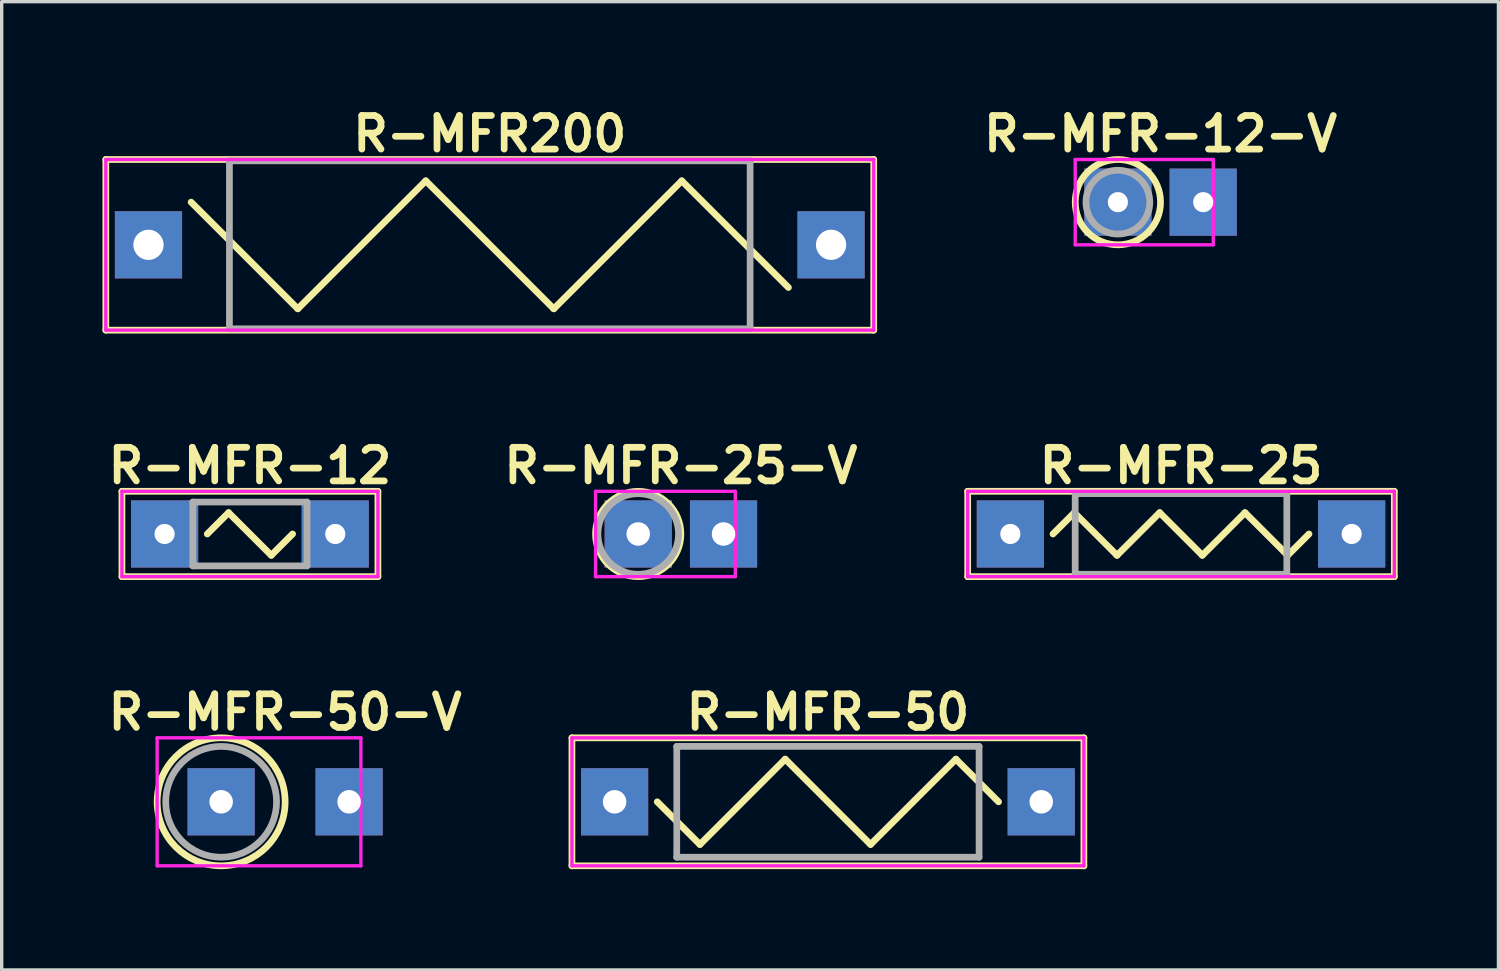
<source format=kicad_pcb>
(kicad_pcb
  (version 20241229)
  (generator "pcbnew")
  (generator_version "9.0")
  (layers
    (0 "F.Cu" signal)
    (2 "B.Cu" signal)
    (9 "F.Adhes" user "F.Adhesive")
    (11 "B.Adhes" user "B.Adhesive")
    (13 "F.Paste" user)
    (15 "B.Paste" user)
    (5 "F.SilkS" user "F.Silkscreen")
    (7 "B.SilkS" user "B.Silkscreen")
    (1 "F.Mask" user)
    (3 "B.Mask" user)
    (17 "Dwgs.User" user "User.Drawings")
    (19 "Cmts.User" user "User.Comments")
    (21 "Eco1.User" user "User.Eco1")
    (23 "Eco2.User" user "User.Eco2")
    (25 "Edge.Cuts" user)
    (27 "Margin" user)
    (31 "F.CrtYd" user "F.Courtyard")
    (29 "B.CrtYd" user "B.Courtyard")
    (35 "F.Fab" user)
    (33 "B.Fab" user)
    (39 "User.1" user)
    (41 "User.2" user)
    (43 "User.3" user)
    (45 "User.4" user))
  (footprint "R-MFR-12-V"
    (layer "F.Cu")
    (at 31.498 2.968)
    (property "Reference" "R-MFR-12-V" (at 0 -2.032 0) (layer "F.SilkS") (effects (font (size 1 1) (thickness 0.2))))
    (attr through_hole)
    (fp_circle (center -1.27 0) (end 0 0) (stroke (width 0.2) (type solid)) (fill no) (layer "F.SilkS"))
    (fp_line (start -2.54 -1.27) (end -2.54 1.27) (stroke (width 0.1) (type solid)) (layer "F.CrtYd"))
    (fp_line (start -2.54 -1.27) (end 1.57 -1.27) (stroke (width 0.1) (type solid)) (layer "F.CrtYd"))
    (fp_line (start -2.54 1.27) (end 1.57 1.27) (stroke (width 0.1) (type solid)) (layer "F.CrtYd"))
    (fp_line (start 1.57 -1.27) (end 1.57 1.27) (stroke (width 0.1) (type solid)) (layer "F.CrtYd"))
    (fp_circle (center -1.27 0) (end -0.32 0) (stroke (width 0.2) (type solid)) (fill no) (layer "F.Fab"))
    (pad "1" thru_hole rect (at -1.27 0) (size 2 2) (drill 0.6) (layers "B.Cu" "B.Mask"))
    (pad "2" thru_hole rect (at 1.27 0) (size 2 2) (drill 0.6) (layers "B.Cu" "B.Mask")))
  (footprint "R-MFR-25-V"
    (layer "F.Cu")
    (at 17.219 12.846)
    (property "Reference" "R-MFR-25-V" (at 0 -2.032 0) (layer "F.SilkS") (effects (font (size 1 1) (thickness 0.2))))
    (attr through_hole)
    (fp_circle (center -1.27 0) (end 0 0) (stroke (width 0.2) (type solid)) (fill no) (layer "F.SilkS"))
    (fp_line (start -2.54 -1.27) (end -2.54 1.27) (stroke (width 0.1) (type solid)) (layer "F.CrtYd"))
    (fp_line (start -2.54 -1.27) (end 1.62 -1.27) (stroke (width 0.1) (type solid)) (layer "F.CrtYd"))
    (fp_line (start -2.54 1.27) (end 1.62 1.27) (stroke (width 0.1) (type solid)) (layer "F.CrtYd"))
    (fp_line (start 1.62 -1.27) (end 1.62 1.27) (stroke (width 0.1) (type solid)) (layer "F.CrtYd"))
    (fp_circle (center -1.27 0) (end -0.07 0) (stroke (width 0.2) (type solid)) (fill no) (layer "F.Fab"))
    (pad "1" thru_hole rect (at -1.27 0) (size 2 2) (drill 0.7) (layers "B.Cu" "B.Mask"))
    (pad "2" thru_hole rect (at 1.27 0) (size 2 2) (drill 0.7) (layers "B.Cu" "B.Mask")))
  (footprint "R-MFR-50-V"
    (layer "F.Cu")
    (at 5.438 20.819)
    (property "Reference" "R-MFR-50-V" (at 0 -2.667 0) (layer "F.SilkS") (effects (font (size 1 1) (thickness 0.2))))
    (attr through_hole)
    (fp_circle (center -1.905 0) (end 0 0) (stroke (width 0.2) (type solid)) (fill no) (layer "F.SilkS"))
    (fp_line (start -3.81 -1.905) (end -3.81 1.905) (stroke (width 0.1) (type solid)) (layer "F.CrtYd"))
    (fp_line (start -3.81 -1.905) (end 2.255 -1.905) (stroke (width 0.1) (type solid)) (layer "F.CrtYd"))
    (fp_line (start -3.81 1.905) (end 2.255 1.905) (stroke (width 0.1) (type solid)) (layer "F.CrtYd"))
    (fp_line (start 2.255 -1.905) (end 2.255 1.905) (stroke (width 0.1) (type solid)) (layer "F.CrtYd"))
    (fp_circle (center -1.905 0) (end -0.255 0) (stroke (width 0.2) (type solid)) (fill no) (layer "F.Fab"))
    (pad "1" thru_hole rect (at -1.905 0) (size 2 2) (drill 0.7) (layers "B.Cu" "B.Mask"))
    (pad "2" thru_hole rect (at 1.905 0) (size 2 2) (drill 0.7) (layers "B.Cu" "B.Mask")))
  (footprint "R-MFR-12"
    (layer "F.Cu")
    (at 4.39 12.846)
    (property "Reference" "R-MFR-12" (at 0 -2.032 0) (layer "F.SilkS") (effects (font (size 1 1) (thickness 0.2))))
    (attr through_hole)
    (fp_line (start -3.81 -1.27) (end -3.81 1.27) (stroke (width 0.2) (type solid)) (layer "F.SilkS"))
    (fp_line (start -3.81 -1.27) (end 3.81 -1.27) (stroke (width 0.2) (type solid)) (layer "F.SilkS"))
    (fp_line (start -3.81 1.27) (end 3.81 1.27) (stroke (width 0.2) (type solid)) (layer "F.SilkS"))
    (fp_line (start -1.27 0) (end -0.635 -0.635) (stroke (width 0.2) (type solid)) (layer "F.SilkS"))
    (fp_line (start -0.635 -0.635) (end 0.635 0.635) (stroke (width 0.2) (type solid)) (layer "F.SilkS"))
    (fp_line (start 0.635 0.635) (end 1.27 0) (stroke (width 0.2) (type solid)) (layer "F.SilkS"))
    (fp_line (start 3.81 -1.27) (end 3.81 1.27) (stroke (width 0.2) (type solid)) (layer "F.SilkS"))
    (fp_line (start -3.81 -1.27) (end 3.81 -1.27) (stroke (width 0.1) (type solid)) (layer "F.CrtYd"))
    (fp_line (start -3.81 1.27) (end -3.81 -1.27) (stroke (width 0.1) (type solid)) (layer "F.CrtYd"))
    (fp_line (start 3.81 -1.27) (end 3.81 1.27) (stroke (width 0.1) (type solid)) (layer "F.CrtYd"))
    (fp_line (start 3.81 1.27) (end -3.81 1.27) (stroke (width 0.1) (type solid)) (layer "F.CrtYd"))
    (fp_line (start -1.7 -0.95) (end -1.7 0.95) (stroke (width 0.2) (type solid)) (layer "F.Fab"))
    (fp_line (start -1.7 -0.95) (end 1.7 -0.95) (stroke (width 0.2) (type solid)) (layer "F.Fab"))
    (fp_line (start -1.7 0.95) (end 1.7 0.95) (stroke (width 0.2) (type solid)) (layer "F.Fab"))
    (fp_line (start 1.7 -0.95) (end 1.7 0.95) (stroke (width 0.2) (type solid)) (layer "F.Fab"))
    (pad "1" thru_hole rect (at -2.54 0) (size 2 2) (drill 0.6) (layers "*.Cu" "*.Mask"))
    (pad "2" thru_hole rect (at 2.54 0) (size 2 2) (drill 0.6) (layers "*.Cu" "*.Mask")))
  (footprint "R-MFR200"
    (layer "F.Cu")
    (at 11.53 4.238)
    (property "Reference" "R-MFR200" (at 0 -3.302 0) (layer "F.SilkS") (effects (font (size 1 1) (thickness 0.2))))
    (attr through_hole)
    (fp_line (start -11.43 -2.54) (end -11.43 2.54) (stroke (width 0.2) (type solid)) (layer "F.SilkS"))
    (fp_line (start -11.43 -2.54) (end 11.43 -2.54) (stroke (width 0.2) (type solid)) (layer "F.SilkS"))
    (fp_line (start -11.43 2.54) (end 11.43 2.54) (stroke (width 0.2) (type solid)) (layer "F.SilkS"))
    (fp_line (start -8.89 -1.27) (end -5.715 1.905) (stroke (width 0.2) (type solid)) (layer "F.SilkS"))
    (fp_line (start -5.715 1.905) (end -1.905 -1.905) (stroke (width 0.2) (type solid)) (layer "F.SilkS"))
    (fp_line (start -1.905 -1.905) (end 1.905 1.905) (stroke (width 0.2) (type solid)) (layer "F.SilkS"))
    (fp_line (start 1.905 1.905) (end 5.715 -1.905) (stroke (width 0.2) (type solid)) (layer "F.SilkS"))
    (fp_line (start 5.715 -1.905) (end 8.89 1.27) (stroke (width 0.2) (type solid)) (layer "F.SilkS"))
    (fp_line (start 11.43 -2.54) (end 11.43 2.54) (stroke (width 0.2) (type solid)) (layer "F.SilkS"))
    (fp_line (start -11.43 -2.54) (end 11.43 -2.54) (stroke (width 0.1) (type solid)) (layer "F.CrtYd"))
    (fp_line (start -11.43 2.54) (end -11.43 -2.54) (stroke (width 0.1) (type solid)) (layer "F.CrtYd"))
    (fp_line (start 11.43 -2.54) (end 11.43 2.54) (stroke (width 0.1) (type solid)) (layer "F.CrtYd"))
    (fp_line (start 11.43 2.54) (end -11.43 2.54) (stroke (width 0.1) (type solid)) (layer "F.CrtYd"))
    (fp_line (start -7.75 -2.5) (end -7.75 2.5) (stroke (width 0.2) (type solid)) (layer "F.Fab"))
    (fp_line (start -7.75 -2.5) (end 7.75 -2.5) (stroke (width 0.2) (type solid)) (layer "F.Fab"))
    (fp_line (start -7.75 2.5) (end 7.75 2.5) (stroke (width 0.2) (type solid)) (layer "F.Fab"))
    (fp_line (start 7.75 -2.5) (end 7.75 2.5) (stroke (width 0.2) (type solid)) (layer "F.Fab"))
    (pad "1" thru_hole rect (at -10.16 0) (size 2 2) (drill 0.9) (layers "*.Cu" "*.Mask"))
    (pad "2" thru_hole rect (at 10.16 0) (size 2 2) (drill 0.9) (layers "*.Cu" "*.Mask")))
  (footprint "R-MFR-25"
    (layer "F.Cu")
    (at 32.107 12.846)
    (property "Reference" "R-MFR-25" (at 0 -2.032 0) (layer "F.SilkS") (effects (font (size 1 1) (thickness 0.2))))
    (attr through_hole)
    (fp_line (start -6.35 -1.27) (end -6.35 1.27) (stroke (width 0.2) (type solid)) (layer "F.SilkS"))
    (fp_line (start -6.35 -1.27) (end 6.35 -1.27) (stroke (width 0.2) (type solid)) (layer "F.SilkS"))
    (fp_line (start -6.35 1.27) (end 6.35 1.27) (stroke (width 0.2) (type solid)) (layer "F.SilkS"))
    (fp_line (start -3.81 0) (end -3.175 -0.635) (stroke (width 0.2) (type solid)) (layer "F.SilkS"))
    (fp_line (start -3.175 -0.635) (end -1.905 0.635) (stroke (width 0.2) (type solid)) (layer "F.SilkS"))
    (fp_line (start -1.905 0.635) (end -0.635 -0.635) (stroke (width 0.2) (type solid)) (layer "F.SilkS"))
    (fp_line (start -0.635 -0.635) (end 0.635 0.635) (stroke (width 0.2) (type solid)) (layer "F.SilkS"))
    (fp_line (start 0.635 0.635) (end 1.905 -0.635) (stroke (width 0.2) (type solid)) (layer "F.SilkS"))
    (fp_line (start 1.905 -0.635) (end 3.175 0.635) (stroke (width 0.2) (type solid)) (layer "F.SilkS"))
    (fp_line (start 3.175 0.635) (end 3.81 0) (stroke (width 0.2) (type solid)) (layer "F.SilkS"))
    (fp_line (start 6.35 -1.27) (end 6.35 1.27) (stroke (width 0.2) (type solid)) (layer "F.SilkS"))
    (fp_line (start -6.35 -1.27) (end 6.35 -1.27) (stroke (width 0.1) (type solid)) (layer "F.CrtYd"))
    (fp_line (start -6.35 1.27) (end -6.35 -1.27) (stroke (width 0.1) (type solid)) (layer "F.CrtYd"))
    (fp_line (start 6.35 -1.27) (end 6.35 1.27) (stroke (width 0.1) (type solid)) (layer "F.CrtYd"))
    (fp_line (start 6.35 1.27) (end -6.35 1.27) (stroke (width 0.1) (type solid)) (layer "F.CrtYd"))
    (fp_line (start -3.15 -1.2) (end -3.15 1.2) (stroke (width 0.2) (type solid)) (layer "F.Fab"))
    (fp_line (start -3.15 -1.2) (end 3.15 -1.2) (stroke (width 0.2) (type solid)) (layer "F.Fab"))
    (fp_line (start -3.15 1.2) (end 3.15 1.2) (stroke (width 0.2) (type solid)) (layer "F.Fab"))
    (fp_line (start 3.15 -1.2) (end 3.15 1.2) (stroke (width 0.2) (type solid)) (layer "F.Fab"))
    (pad "1" thru_hole rect (at -5.08 0) (size 2 2) (drill 0.6) (layers "*.Cu" "*.Mask"))
    (pad "2" thru_hole rect (at 5.08 0) (size 2 2) (drill 0.6) (layers "*.Cu" "*.Mask")))
  (footprint "R-MFR-50"
    (layer "F.Cu")
    (at 21.596 20.819)
    (property "Reference" "R-MFR-50" (at 0 -2.667 0) (layer "F.SilkS") (effects (font (size 1 1) (thickness 0.2))))
    (attr through_hole)
    (fp_line (start -7.62 -1.905) (end -7.62 1.905) (stroke (width 0.2) (type solid)) (layer "F.SilkS"))
    (fp_line (start -7.62 -1.905) (end 7.62 -1.905) (stroke (width 0.2) (type solid)) (layer "F.SilkS"))
    (fp_line (start -7.62 1.905) (end 7.62 1.905) (stroke (width 0.2) (type solid)) (layer "F.SilkS"))
    (fp_line (start -5.08 0) (end -3.81 1.27) (stroke (width 0.2) (type solid)) (layer "F.SilkS"))
    (fp_line (start -3.81 1.27) (end -1.27 -1.27) (stroke (width 0.2) (type solid)) (layer "F.SilkS"))
    (fp_line (start -1.27 -1.27) (end 1.27 1.27) (stroke (width 0.2) (type solid)) (layer "F.SilkS"))
    (fp_line (start 1.27 1.27) (end 3.81 -1.27) (stroke (width 0.2) (type solid)) (layer "F.SilkS"))
    (fp_line (start 3.81 -1.27) (end 5.08 0) (stroke (width 0.2) (type solid)) (layer "F.SilkS"))
    (fp_line (start 7.62 -1.905) (end 7.62 1.905) (stroke (width 0.2) (type solid)) (layer "F.SilkS"))
    (fp_line (start -7.62 -1.905) (end 7.62 -1.905) (stroke (width 0.1) (type solid)) (layer "F.CrtYd"))
    (fp_line (start -7.62 1.905) (end -7.62 -1.905) (stroke (width 0.1) (type solid)) (layer "F.CrtYd"))
    (fp_line (start 7.62 -1.905) (end 7.62 1.905) (stroke (width 0.1) (type solid)) (layer "F.CrtYd"))
    (fp_line (start 7.62 1.905) (end -7.62 1.905) (stroke (width 0.1) (type solid)) (layer "F.CrtYd"))
    (fp_line (start -4.5 -1.65) (end -4.5 1.65) (stroke (width 0.2) (type solid)) (layer "F.Fab"))
    (fp_line (start -4.5 -1.65) (end 4.5 -1.65) (stroke (width 0.2) (type solid)) (layer "F.Fab"))
    (fp_line (start -4.5 1.65) (end 4.5 1.65) (stroke (width 0.2) (type solid)) (layer "F.Fab"))
    (fp_line (start 4.5 -1.65) (end 4.5 1.65) (stroke (width 0.2) (type solid)) (layer "F.Fab"))
    (pad "1" thru_hole rect (at -6.35 0) (size 2 2) (drill 0.7) (layers "*.Cu" "*.Mask"))
    (pad "2" thru_hole rect (at 6.35 0) (size 2 2) (drill 0.7) (layers "*.Cu" "*.Mask")))
  (gr_rect
    (start -3 -3)
    (end 41.557 25.824)
    (stroke (width 0.1) (type default))
    (fill no)
    (layer "Edge.Cuts")))
</source>
